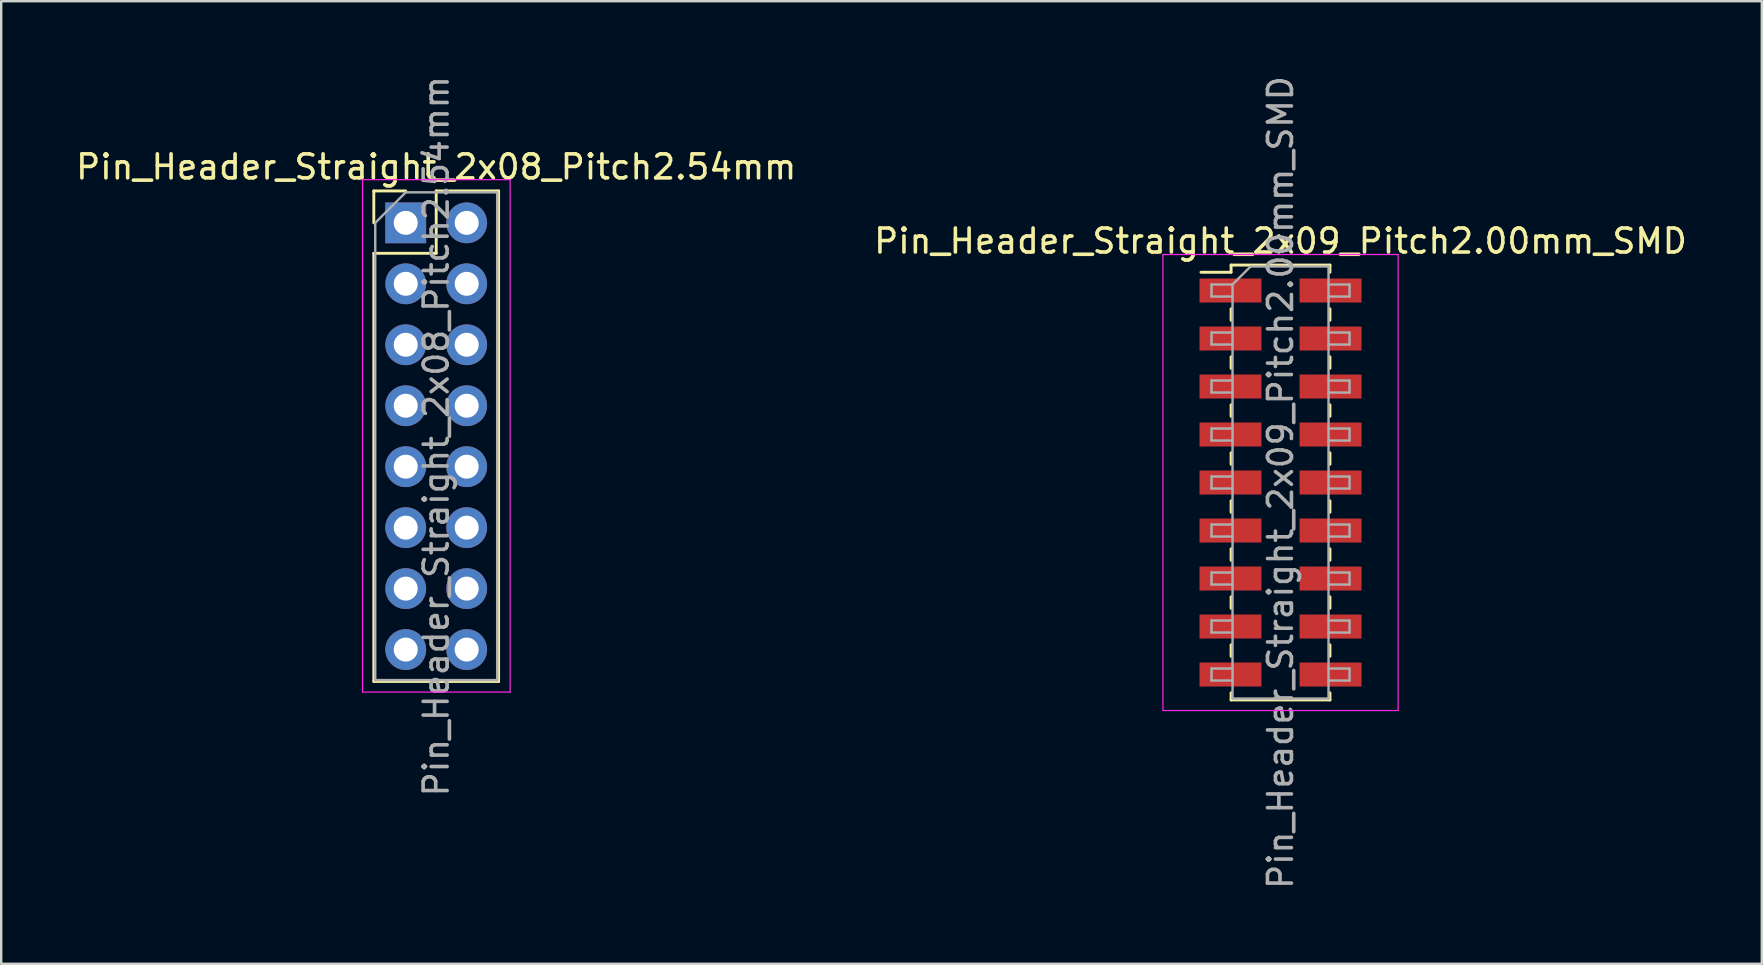
<source format=kicad_pcb>
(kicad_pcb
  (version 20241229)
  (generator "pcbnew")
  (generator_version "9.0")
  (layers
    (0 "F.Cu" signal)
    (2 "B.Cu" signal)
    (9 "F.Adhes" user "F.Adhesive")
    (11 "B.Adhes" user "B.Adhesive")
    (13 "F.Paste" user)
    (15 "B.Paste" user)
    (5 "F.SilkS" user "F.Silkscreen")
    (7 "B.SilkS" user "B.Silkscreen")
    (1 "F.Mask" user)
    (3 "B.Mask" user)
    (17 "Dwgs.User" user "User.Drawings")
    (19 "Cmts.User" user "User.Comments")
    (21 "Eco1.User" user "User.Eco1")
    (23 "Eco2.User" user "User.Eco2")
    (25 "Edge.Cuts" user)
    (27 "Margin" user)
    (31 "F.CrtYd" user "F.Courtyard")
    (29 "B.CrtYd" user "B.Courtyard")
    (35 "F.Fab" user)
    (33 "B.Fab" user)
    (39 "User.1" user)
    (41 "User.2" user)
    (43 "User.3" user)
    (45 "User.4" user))
  (footprint "Pin_Header_Straight_2x08_Pitch2.54mm"
    (layer "F.Cu")
    (at 13.855 6.235)
    (property "Reference" "Pin_Header_Straight_2x08_Pitch2.54mm" (at 1.27 -2.33 0) (layer "F.SilkS") (effects (font (size 1 1) (thickness 0.15))))
    (attr through_hole)
    (fp_line (start -1.33 -1.33) (end 0 -1.33) (stroke (width 0.12) (type solid)) (layer "F.SilkS"))
    (fp_line (start -1.33 0) (end -1.33 -1.33) (stroke (width 0.12) (type solid)) (layer "F.SilkS"))
    (fp_line (start -1.33 1.27) (end -1.33 19.11) (stroke (width 0.12) (type solid)) (layer "F.SilkS"))
    (fp_line (start -1.33 1.27) (end 1.27 1.27) (stroke (width 0.12) (type solid)) (layer "F.SilkS"))
    (fp_line (start -1.33 19.11) (end 3.87 19.11) (stroke (width 0.12) (type solid)) (layer "F.SilkS"))
    (fp_line (start 1.27 -1.33) (end 3.87 -1.33) (stroke (width 0.12) (type solid)) (layer "F.SilkS"))
    (fp_line (start 1.27 1.27) (end 1.27 -1.33) (stroke (width 0.12) (type solid)) (layer "F.SilkS"))
    (fp_line (start 3.87 -1.33) (end 3.87 19.11) (stroke (width 0.12) (type solid)) (layer "F.SilkS"))
    (fp_line (start -1.8 -1.8) (end -1.8 19.55) (stroke (width 0.05) (type solid)) (layer "F.CrtYd"))
    (fp_line (start -1.8 19.55) (end 4.35 19.55) (stroke (width 0.05) (type solid)) (layer "F.CrtYd"))
    (fp_line (start 4.35 -1.8) (end -1.8 -1.8) (stroke (width 0.05) (type solid)) (layer "F.CrtYd"))
    (fp_line (start 4.35 19.55) (end 4.35 -1.8) (stroke (width 0.05) (type solid)) (layer "F.CrtYd"))
    (fp_line (start -1.27 0) (end 0 -1.27) (stroke (width 0.1) (type solid)) (layer "F.Fab"))
    (fp_line (start -1.27 19.05) (end -1.27 0) (stroke (width 0.1) (type solid)) (layer "F.Fab"))
    (fp_line (start 0 -1.27) (end 3.81 -1.27) (stroke (width 0.1) (type solid)) (layer "F.Fab"))
    (fp_line (start 3.81 -1.27) (end 3.81 19.05) (stroke (width 0.1) (type solid)) (layer "F.Fab"))
    (fp_line (start 3.81 19.05) (end -1.27 19.05) (stroke (width 0.1) (type solid)) (layer "F.Fab"))
    (fp_text user "${REFERENCE}" (at 1.27 8.89 90) (layer "F.Fab") (effects (font (size 1 1) (thickness 0.15))))
    (pad "1" thru_hole rect (at 0 0) (size 1.7 1.7) (drill 1) (layers "*.Cu" "*.Mask"))
    (pad "2" thru_hole oval (at 2.54 0) (size 1.7 1.7) (drill 1) (layers "*.Cu" "*.Mask"))
    (pad "3" thru_hole oval (at 0 2.54) (size 1.7 1.7) (drill 1) (layers "*.Cu" "*.Mask"))
    (pad "4" thru_hole oval (at 2.54 2.54) (size 1.7 1.7) (drill 1) (layers "*.Cu" "*.Mask"))
    (pad "5" thru_hole oval (at 0 5.08) (size 1.7 1.7) (drill 1) (layers "*.Cu" "*.Mask"))
    (pad "6" thru_hole oval (at 2.54 5.08) (size 1.7 1.7) (drill 1) (layers "*.Cu" "*.Mask"))
    (pad "7" thru_hole oval (at 0 7.62) (size 1.7 1.7) (drill 1) (layers "*.Cu" "*.Mask"))
    (pad "8" thru_hole oval (at 2.54 7.62) (size 1.7 1.7) (drill 1) (layers "*.Cu" "*.Mask"))
    (pad "9" thru_hole oval (at 0 10.16) (size 1.7 1.7) (drill 1) (layers "*.Cu" "*.Mask"))
    (pad "10" thru_hole oval (at 2.54 10.16) (size 1.7 1.7) (drill 1) (layers "*.Cu" "*.Mask"))
    (pad "11" thru_hole oval (at 0 12.7) (size 1.7 1.7) (drill 1) (layers "*.Cu" "*.Mask"))
    (pad "12" thru_hole oval (at 2.54 12.7) (size 1.7 1.7) (drill 1) (layers "*.Cu" "*.Mask"))
    (pad "13" thru_hole oval (at 0 15.24) (size 1.7 1.7) (drill 1) (layers "*.Cu" "*.Mask"))
    (pad "14" thru_hole oval (at 2.54 15.24) (size 1.7 1.7) (drill 1) (layers "*.Cu" "*.Mask"))
    (pad "15" thru_hole oval (at 0 17.78) (size 1.7 1.7) (drill 1) (layers "*.Cu" "*.Mask"))
    (pad "16" thru_hole oval (at 2.54 17.78) (size 1.7 1.7) (drill 1) (layers "*.Cu" "*.Mask")))
  (footprint "Pin_Header_Straight_2x09_Pitch2.00mm_SMD"
    (layer "F.Cu")
    (at 50.304 17.054)
    (property "Reference" "Pin_Header_Straight_2x09_Pitch2.00mm_SMD" (at 0 -10.06 0) (layer "F.SilkS") (effects (font (size 1 1) (thickness 0.15))))
    (attr smd)
    (fp_line (start -3.315 -8.76) (end -2.06 -8.76) (stroke (width 0.12) (type solid)) (layer "F.SilkS"))
    (fp_line (start -2.06 -9.06) (end -2.06 -8.76) (stroke (width 0.12) (type solid)) (layer "F.SilkS"))
    (fp_line (start -2.06 -9.06) (end 2.06 -9.06) (stroke (width 0.12) (type solid)) (layer "F.SilkS"))
    (fp_line (start -2.06 -7.24) (end -2.06 -6.76) (stroke (width 0.12) (type solid)) (layer "F.SilkS"))
    (fp_line (start -2.06 -5.24) (end -2.06 -4.76) (stroke (width 0.12) (type solid)) (layer "F.SilkS"))
    (fp_line (start -2.06 -3.24) (end -2.06 -2.76) (stroke (width 0.12) (type solid)) (layer "F.SilkS"))
    (fp_line (start -2.06 -1.24) (end -2.06 -0.76) (stroke (width 0.12) (type solid)) (layer "F.SilkS"))
    (fp_line (start -2.06 0.76) (end -2.06 1.24) (stroke (width 0.12) (type solid)) (layer "F.SilkS"))
    (fp_line (start -2.06 2.76) (end -2.06 3.24) (stroke (width 0.12) (type solid)) (layer "F.SilkS"))
    (fp_line (start -2.06 4.76) (end -2.06 5.24) (stroke (width 0.12) (type solid)) (layer "F.SilkS"))
    (fp_line (start -2.06 6.76) (end -2.06 7.24) (stroke (width 0.12) (type solid)) (layer "F.SilkS"))
    (fp_line (start -2.06 8.76) (end -2.06 9.06) (stroke (width 0.12) (type solid)) (layer "F.SilkS"))
    (fp_line (start -2.06 9.06) (end 2.06 9.06) (stroke (width 0.12) (type solid)) (layer "F.SilkS"))
    (fp_line (start 2.06 -9.06) (end 2.06 -8.76) (stroke (width 0.12) (type solid)) (layer "F.SilkS"))
    (fp_line (start 2.06 -7.24) (end 2.06 -6.76) (stroke (width 0.12) (type solid)) (layer "F.SilkS"))
    (fp_line (start 2.06 -5.24) (end 2.06 -4.76) (stroke (width 0.12) (type solid)) (layer "F.SilkS"))
    (fp_line (start 2.06 -3.24) (end 2.06 -2.76) (stroke (width 0.12) (type solid)) (layer "F.SilkS"))
    (fp_line (start 2.06 -1.24) (end 2.06 -0.76) (stroke (width 0.12) (type solid)) (layer "F.SilkS"))
    (fp_line (start 2.06 0.76) (end 2.06 1.24) (stroke (width 0.12) (type solid)) (layer "F.SilkS"))
    (fp_line (start 2.06 2.76) (end 2.06 3.24) (stroke (width 0.12) (type solid)) (layer "F.SilkS"))
    (fp_line (start 2.06 4.76) (end 2.06 5.24) (stroke (width 0.12) (type solid)) (layer "F.SilkS"))
    (fp_line (start 2.06 6.76) (end 2.06 7.24) (stroke (width 0.12) (type solid)) (layer "F.SilkS"))
    (fp_line (start 2.06 8.76) (end 2.06 9.06) (stroke (width 0.12) (type solid)) (layer "F.SilkS"))
    (fp_line (start -4.9 -9.5) (end -4.9 9.5) (stroke (width 0.05) (type solid)) (layer "F.CrtYd"))
    (fp_line (start -4.9 9.5) (end 4.9 9.5) (stroke (width 0.05) (type solid)) (layer "F.CrtYd"))
    (fp_line (start 4.9 -9.5) (end -4.9 -9.5) (stroke (width 0.05) (type solid)) (layer "F.CrtYd"))
    (fp_line (start 4.9 9.5) (end 4.9 -9.5) (stroke (width 0.05) (type solid)) (layer "F.CrtYd"))
    (fp_line (start -2.875 -8.25) (end -2.875 -7.75) (stroke (width 0.1) (type solid)) (layer "F.Fab"))
    (fp_line (start -2.875 -7.75) (end -2 -7.75) (stroke (width 0.1) (type solid)) (layer "F.Fab"))
    (fp_line (start -2.875 -6.25) (end -2.875 -5.75) (stroke (width 0.1) (type solid)) (layer "F.Fab"))
    (fp_line (start -2.875 -5.75) (end -2 -5.75) (stroke (width 0.1) (type solid)) (layer "F.Fab"))
    (fp_line (start -2.875 -4.25) (end -2.875 -3.75) (stroke (width 0.1) (type solid)) (layer "F.Fab"))
    (fp_line (start -2.875 -3.75) (end -2 -3.75) (stroke (width 0.1) (type solid)) (layer "F.Fab"))
    (fp_line (start -2.875 -2.25) (end -2.875 -1.75) (stroke (width 0.1) (type solid)) (layer "F.Fab"))
    (fp_line (start -2.875 -1.75) (end -2 -1.75) (stroke (width 0.1) (type solid)) (layer "F.Fab"))
    (fp_line (start -2.875 -0.25) (end -2.875 0.25) (stroke (width 0.1) (type solid)) (layer "F.Fab"))
    (fp_line (start -2.875 0.25) (end -2 0.25) (stroke (width 0.1) (type solid)) (layer "F.Fab"))
    (fp_line (start -2.875 1.75) (end -2.875 2.25) (stroke (width 0.1) (type solid)) (layer "F.Fab"))
    (fp_line (start -2.875 2.25) (end -2 2.25) (stroke (width 0.1) (type solid)) (layer "F.Fab"))
    (fp_line (start -2.875 3.75) (end -2.875 4.25) (stroke (width 0.1) (type solid)) (layer "F.Fab"))
    (fp_line (start -2.875 4.25) (end -2 4.25) (stroke (width 0.1) (type solid)) (layer "F.Fab"))
    (fp_line (start -2.875 5.75) (end -2.875 6.25) (stroke (width 0.1) (type solid)) (layer "F.Fab"))
    (fp_line (start -2.875 6.25) (end -2 6.25) (stroke (width 0.1) (type solid)) (layer "F.Fab"))
    (fp_line (start -2.875 7.75) (end -2.875 8.25) (stroke (width 0.1) (type solid)) (layer "F.Fab"))
    (fp_line (start -2.875 8.25) (end -2 8.25) (stroke (width 0.1) (type solid)) (layer "F.Fab"))
    (fp_line (start -2 -8.25) (end -2.875 -8.25) (stroke (width 0.1) (type solid)) (layer "F.Fab"))
    (fp_line (start -2 -8.25) (end -1.25 -9) (stroke (width 0.1) (type solid)) (layer "F.Fab"))
    (fp_line (start -2 -6.25) (end -2.875 -6.25) (stroke (width 0.1) (type solid)) (layer "F.Fab"))
    (fp_line (start -2 -4.25) (end -2.875 -4.25) (stroke (width 0.1) (type solid)) (layer "F.Fab"))
    (fp_line (start -2 -2.25) (end -2.875 -2.25) (stroke (width 0.1) (type solid)) (layer "F.Fab"))
    (fp_line (start -2 -0.25) (end -2.875 -0.25) (stroke (width 0.1) (type solid)) (layer "F.Fab"))
    (fp_line (start -2 1.75) (end -2.875 1.75) (stroke (width 0.1) (type solid)) (layer "F.Fab"))
    (fp_line (start -2 3.75) (end -2.875 3.75) (stroke (width 0.1) (type solid)) (layer "F.Fab"))
    (fp_line (start -2 5.75) (end -2.875 5.75) (stroke (width 0.1) (type solid)) (layer "F.Fab"))
    (fp_line (start -2 7.75) (end -2.875 7.75) (stroke (width 0.1) (type solid)) (layer "F.Fab"))
    (fp_line (start -2 9) (end -2 -8.25) (stroke (width 0.1) (type solid)) (layer "F.Fab"))
    (fp_line (start -1.25 -9) (end 2 -9) (stroke (width 0.1) (type solid)) (layer "F.Fab"))
    (fp_line (start 2 -9) (end 2 9) (stroke (width 0.1) (type solid)) (layer "F.Fab"))
    (fp_line (start 2 -8.25) (end 2.875 -8.25) (stroke (width 0.1) (type solid)) (layer "F.Fab"))
    (fp_line (start 2 -6.25) (end 2.875 -6.25) (stroke (width 0.1) (type solid)) (layer "F.Fab"))
    (fp_line (start 2 -4.25) (end 2.875 -4.25) (stroke (width 0.1) (type solid)) (layer "F.Fab"))
    (fp_line (start 2 -2.25) (end 2.875 -2.25) (stroke (width 0.1) (type solid)) (layer "F.Fab"))
    (fp_line (start 2 -0.25) (end 2.875 -0.25) (stroke (width 0.1) (type solid)) (layer "F.Fab"))
    (fp_line (start 2 1.75) (end 2.875 1.75) (stroke (width 0.1) (type solid)) (layer "F.Fab"))
    (fp_line (start 2 3.75) (end 2.875 3.75) (stroke (width 0.1) (type solid)) (layer "F.Fab"))
    (fp_line (start 2 5.75) (end 2.875 5.75) (stroke (width 0.1) (type solid)) (layer "F.Fab"))
    (fp_line (start 2 7.75) (end 2.875 7.75) (stroke (width 0.1) (type solid)) (layer "F.Fab"))
    (fp_line (start 2 9) (end -2 9) (stroke (width 0.1) (type solid)) (layer "F.Fab"))
    (fp_line (start 2.875 -8.25) (end 2.875 -7.75) (stroke (width 0.1) (type solid)) (layer "F.Fab"))
    (fp_line (start 2.875 -7.75) (end 2 -7.75) (stroke (width 0.1) (type solid)) (layer "F.Fab"))
    (fp_line (start 2.875 -6.25) (end 2.875 -5.75) (stroke (width 0.1) (type solid)) (layer "F.Fab"))
    (fp_line (start 2.875 -5.75) (end 2 -5.75) (stroke (width 0.1) (type solid)) (layer "F.Fab"))
    (fp_line (start 2.875 -4.25) (end 2.875 -3.75) (stroke (width 0.1) (type solid)) (layer "F.Fab"))
    (fp_line (start 2.875 -3.75) (end 2 -3.75) (stroke (width 0.1) (type solid)) (layer "F.Fab"))
    (fp_line (start 2.875 -2.25) (end 2.875 -1.75) (stroke (width 0.1) (type solid)) (layer "F.Fab"))
    (fp_line (start 2.875 -1.75) (end 2 -1.75) (stroke (width 0.1) (type solid)) (layer "F.Fab"))
    (fp_line (start 2.875 -0.25) (end 2.875 0.25) (stroke (width 0.1) (type solid)) (layer "F.Fab"))
    (fp_line (start 2.875 0.25) (end 2 0.25) (stroke (width 0.1) (type solid)) (layer "F.Fab"))
    (fp_line (start 2.875 1.75) (end 2.875 2.25) (stroke (width 0.1) (type solid)) (layer "F.Fab"))
    (fp_line (start 2.875 2.25) (end 2 2.25) (stroke (width 0.1) (type solid)) (layer "F.Fab"))
    (fp_line (start 2.875 3.75) (end 2.875 4.25) (stroke (width 0.1) (type solid)) (layer "F.Fab"))
    (fp_line (start 2.875 4.25) (end 2 4.25) (stroke (width 0.1) (type solid)) (layer "F.Fab"))
    (fp_line (start 2.875 5.75) (end 2.875 6.25) (stroke (width 0.1) (type solid)) (layer "F.Fab"))
    (fp_line (start 2.875 6.25) (end 2 6.25) (stroke (width 0.1) (type solid)) (layer "F.Fab"))
    (fp_line (start 2.875 7.75) (end 2.875 8.25) (stroke (width 0.1) (type solid)) (layer "F.Fab"))
    (fp_line (start 2.875 8.25) (end 2 8.25) (stroke (width 0.1) (type solid)) (layer "F.Fab"))
    (fp_text user "${REFERENCE}" (at 0 0 90) (layer "F.Fab") (effects (font (size 1 1) (thickness 0.15))))
    (pad "1" smd rect (at -2.085 -8) (size 2.58 1) (layers "F.Cu" "F.Mask" "F.Paste"))
    (pad "2" smd rect (at 2.085 -8) (size 2.58 1) (layers "F.Cu" "F.Mask" "F.Paste"))
    (pad "3" smd rect (at -2.085 -6) (size 2.58 1) (layers "F.Cu" "F.Mask" "F.Paste"))
    (pad "4" smd rect (at 2.085 -6) (size 2.58 1) (layers "F.Cu" "F.Mask" "F.Paste"))
    (pad "5" smd rect (at -2.085 -4) (size 2.58 1) (layers "F.Cu" "F.Mask" "F.Paste"))
    (pad "6" smd rect (at 2.085 -4) (size 2.58 1) (layers "F.Cu" "F.Mask" "F.Paste"))
    (pad "7" smd rect (at -2.085 -2) (size 2.58 1) (layers "F.Cu" "F.Mask" "F.Paste"))
    (pad "8" smd rect (at 2.085 -2) (size 2.58 1) (layers "F.Cu" "F.Mask" "F.Paste"))
    (pad "9" smd rect (at -2.085 0) (size 2.58 1) (layers "F.Cu" "F.Mask" "F.Paste"))
    (pad "10" smd rect (at 2.085 0) (size 2.58 1) (layers "F.Cu" "F.Mask" "F.Paste"))
    (pad "11" smd rect (at -2.085 2) (size 2.58 1) (layers "F.Cu" "F.Mask" "F.Paste"))
    (pad "12" smd rect (at 2.085 2) (size 2.58 1) (layers "F.Cu" "F.Mask" "F.Paste"))
    (pad "13" smd rect (at -2.085 4) (size 2.58 1) (layers "F.Cu" "F.Mask" "F.Paste"))
    (pad "14" smd rect (at 2.085 4) (size 2.58 1) (layers "F.Cu" "F.Mask" "F.Paste"))
    (pad "15" smd rect (at -2.085 6) (size 2.58 1) (layers "F.Cu" "F.Mask" "F.Paste"))
    (pad "16" smd rect (at 2.085 6) (size 2.58 1) (layers "F.Cu" "F.Mask" "F.Paste"))
    (pad "17" smd rect (at -2.085 8) (size 2.58 1) (layers "F.Cu" "F.Mask" "F.Paste"))
    (pad "18" smd rect (at 2.085 8) (size 2.58 1) (layers "F.Cu" "F.Mask" "F.Paste")))
  (gr_rect
    (start -3 -3)
    (end 70.357 37.107)
    (stroke (width 0.1) (type default))
    (fill no)
    (layer "Edge.Cuts")))
</source>
